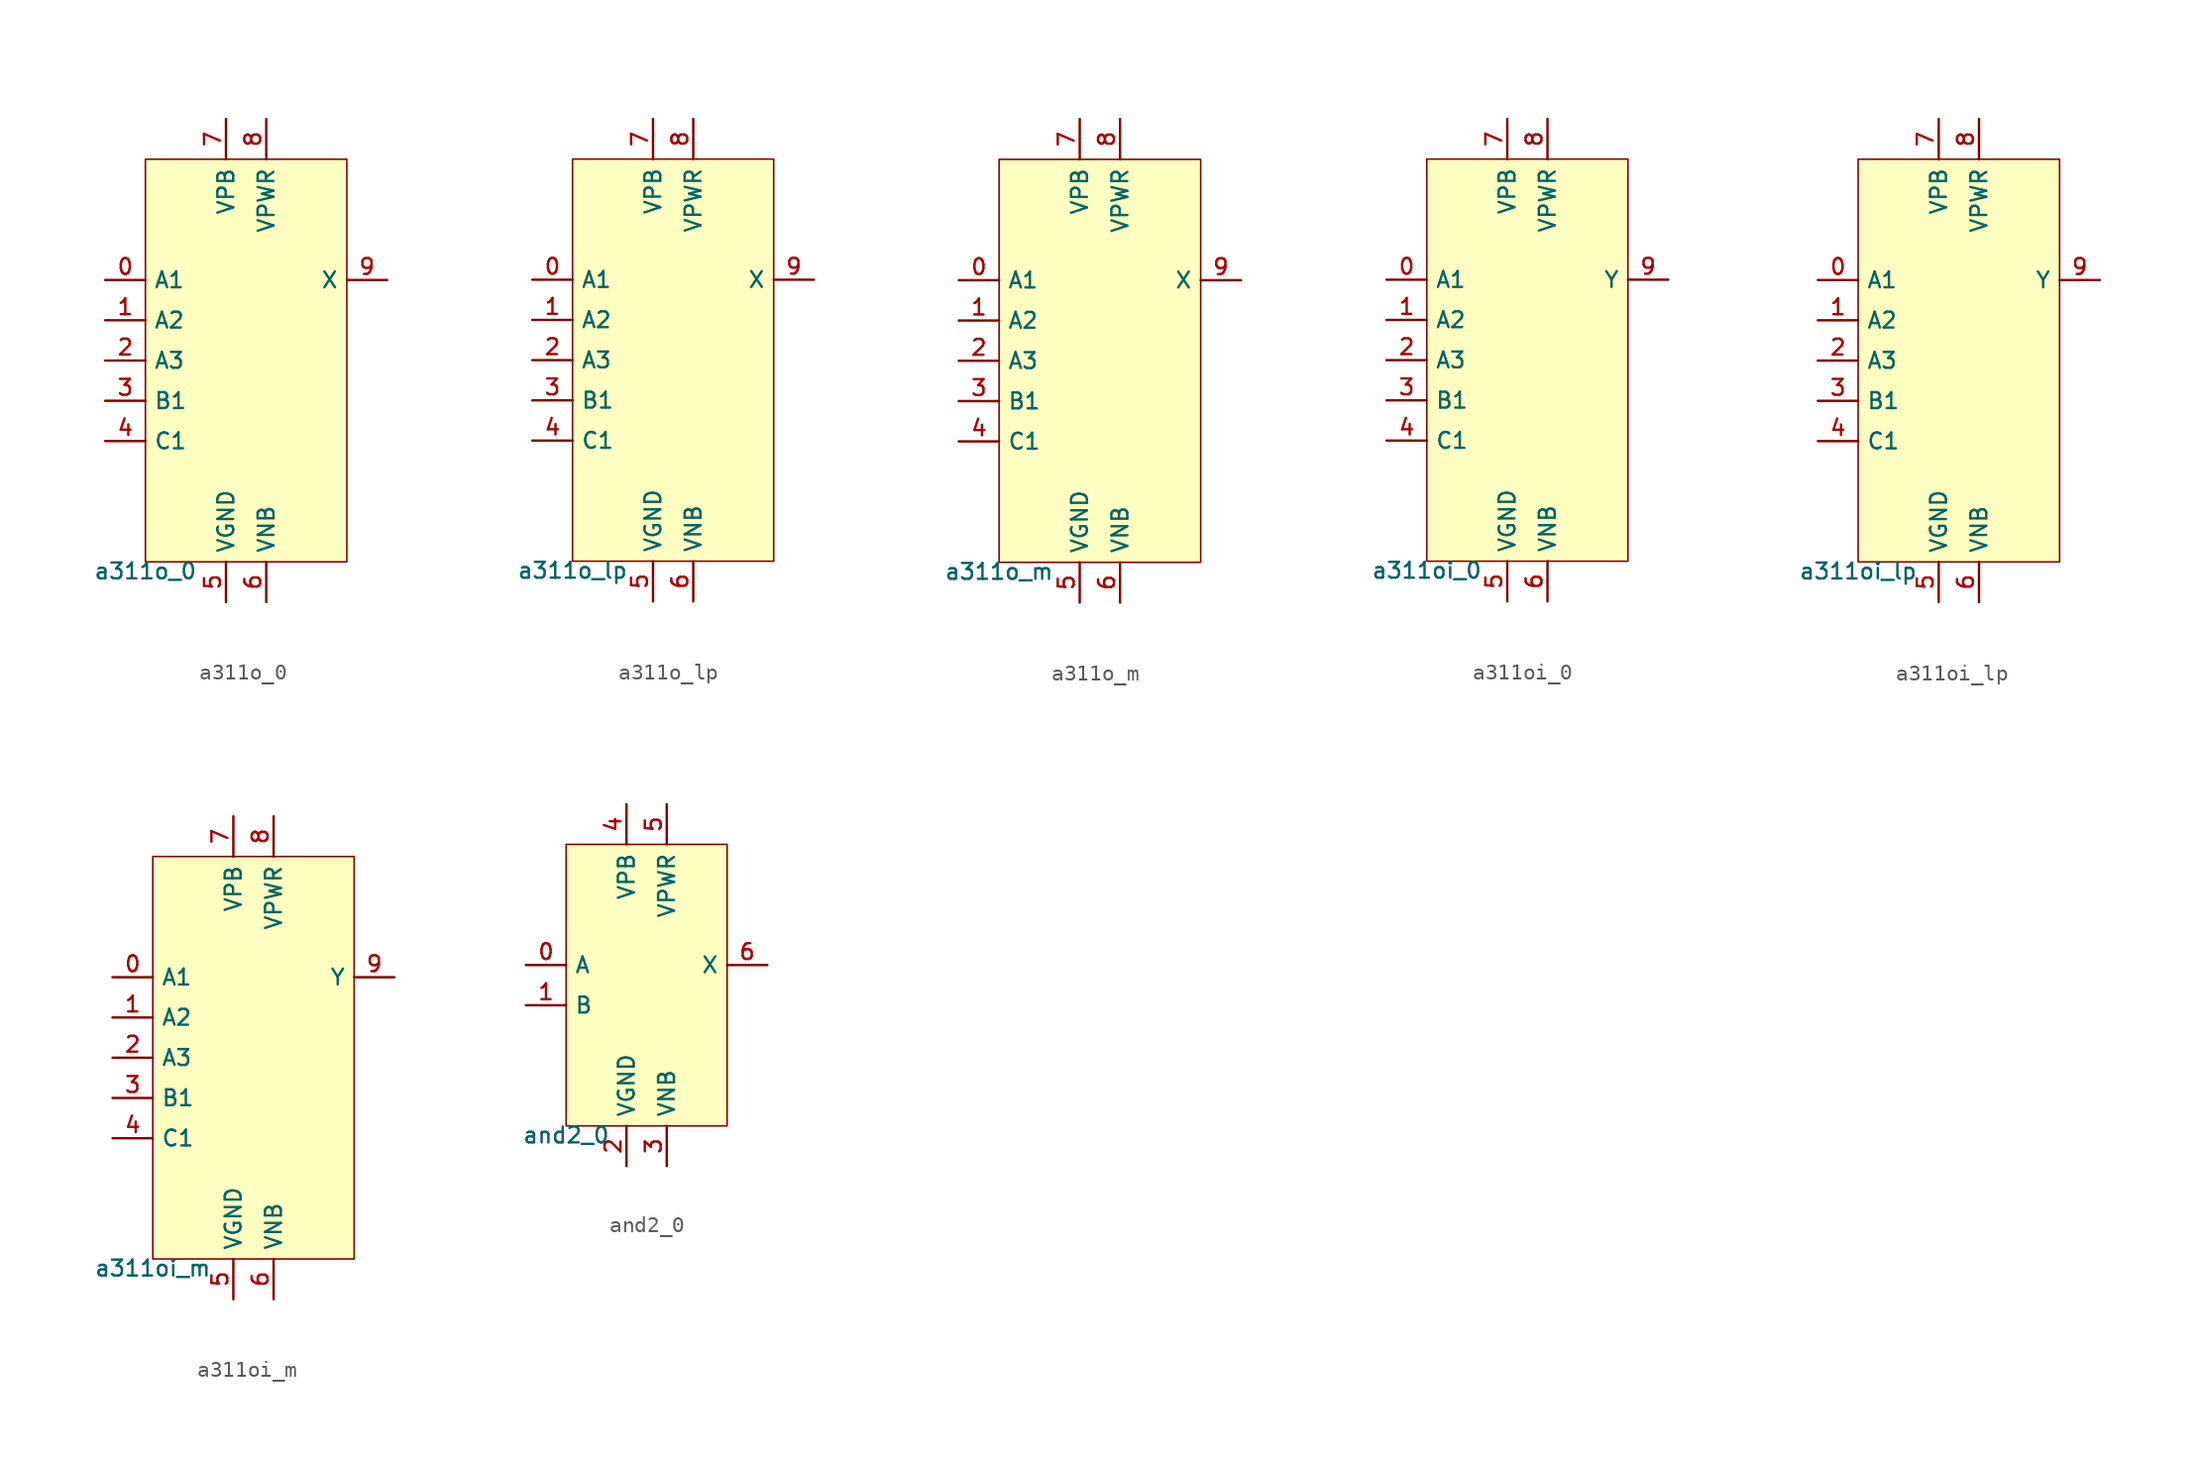
<source format=kicad_sym>
(kicad_symbol_lib
  (version 20211014)
  (generator pdk2kicad)
  (symbol "a311o_0"
    (property "Reference" "X"
      (at 0 0 0)
      (effects (font (size 1 1)) hide))
    (property "Value" "a311o_0"
      (at -6.35 -12.7 0)
      (effects (font (size 1 1)) (justify top)))
    (rectangle
      (start -6.35 -12.7)
      (end 6.35 12.7)
      (stroke (width 0.1) (type solid) (color 0 0 0 0))
      (fill (type background)))
    (pin input line
      (at -8.89 5.08 0)
      (length 2.54)
      (name "A1" (effects (font (size 1 1)) hide))
      (number "0" (effects (font (size 1 1)) hide)))
    (pin input line
      (at -8.89 2.54 0)
      (length 2.54)
      (name "A2" (effects (font (size 1 1)) hide))
      (number "1" (effects (font (size 1 1)) hide)))
    (pin input line
      (at -8.89 -8.881784197001252e-16 0)
      (length 2.54)
      (name "A3" (effects (font (size 1 1)) hide))
      (number "2" (effects (font (size 1 1)) hide)))
    (pin input line
      (at -8.89 -2.54 0)
      (length 2.54)
      (name "B1" (effects (font (size 1 1)) hide))
      (number "3" (effects (font (size 1 1)) hide)))
    (pin input line
      (at -8.89 -5.08 0)
      (length 2.54)
      (name "C1" (effects (font (size 1 1)) hide))
      (number "4" (effects (font (size 1 1)) hide)))
    (pin power_in line
      (at -1.27 -15.24 90)
      (length 2.54)
      (name "VGND" (effects (font (size 1 1)) hide))
      (number "5" (effects (font (size 1 1)) hide)))
    (pin power_in line
      (at 1.27 -15.24 90)
      (length 2.54)
      (name "VNB" (effects (font (size 1 1)) hide))
      (number "6" (effects (font (size 1 1)) hide)))
    (pin power_in line
      (at -1.27 15.24 270)
      (length 2.54)
      (name "VPB" (effects (font (size 1 1)) hide))
      (number "7" (effects (font (size 1 1)) hide)))
    (pin power_in line
      (at 1.27 15.24 270)
      (length 2.54)
      (name "VPWR" (effects (font (size 1 1)) hide))
      (number "8" (effects (font (size 1 1)) hide)))
    (pin output line
      (at 8.89 5.08 180)
      (length 2.54)
      (name "X" (effects (font (size 1 1)) hide))
      (number "9" (effects (font (size 1 1)) hide))))
  (symbol "a311o_lp"
    (property "Reference" "X"
      (at 0 0 0)
      (effects (font (size 1 1)) hide))
    (property "Value" "a311o_lp"
      (at -6.35 -12.7 0)
      (effects (font (size 1 1)) (justify top)))
    (rectangle
      (start -6.35 -12.7)
      (end 6.35 12.7)
      (stroke (width 0.1) (type solid) (color 0 0 0 0))
      (fill (type background)))
    (pin input line
      (at -8.89 5.08 0)
      (length 2.54)
      (name "A1" (effects (font (size 1 1)) hide))
      (number "0" (effects (font (size 1 1)) hide)))
    (pin input line
      (at -8.89 2.54 0)
      (length 2.54)
      (name "A2" (effects (font (size 1 1)) hide))
      (number "1" (effects (font (size 1 1)) hide)))
    (pin input line
      (at -8.89 -8.881784197001252e-16 0)
      (length 2.54)
      (name "A3" (effects (font (size 1 1)) hide))
      (number "2" (effects (font (size 1 1)) hide)))
    (pin input line
      (at -8.89 -2.54 0)
      (length 2.54)
      (name "B1" (effects (font (size 1 1)) hide))
      (number "3" (effects (font (size 1 1)) hide)))
    (pin input line
      (at -8.89 -5.08 0)
      (length 2.54)
      (name "C1" (effects (font (size 1 1)) hide))
      (number "4" (effects (font (size 1 1)) hide)))
    (pin power_in line
      (at -1.27 -15.24 90)
      (length 2.54)
      (name "VGND" (effects (font (size 1 1)) hide))
      (number "5" (effects (font (size 1 1)) hide)))
    (pin power_in line
      (at 1.27 -15.24 90)
      (length 2.54)
      (name "VNB" (effects (font (size 1 1)) hide))
      (number "6" (effects (font (size 1 1)) hide)))
    (pin power_in line
      (at -1.27 15.24 270)
      (length 2.54)
      (name "VPB" (effects (font (size 1 1)) hide))
      (number "7" (effects (font (size 1 1)) hide)))
    (pin power_in line
      (at 1.27 15.24 270)
      (length 2.54)
      (name "VPWR" (effects (font (size 1 1)) hide))
      (number "8" (effects (font (size 1 1)) hide)))
    (pin output line
      (at 8.89 5.08 180)
      (length 2.54)
      (name "X" (effects (font (size 1 1)) hide))
      (number "9" (effects (font (size 1 1)) hide))))
  (symbol "a311o_m"
    (property "Reference" "X"
      (at 0 0 0)
      (effects (font (size 1 1)) hide))
    (property "Value" "a311o_m"
      (at -6.35 -12.7 0)
      (effects (font (size 1 1)) (justify top)))
    (rectangle
      (start -6.35 -12.7)
      (end 6.35 12.7)
      (stroke (width 0.1) (type solid) (color 0 0 0 0))
      (fill (type background)))
    (pin input line
      (at -8.89 5.08 0)
      (length 2.54)
      (name "A1" (effects (font (size 1 1)) hide))
      (number "0" (effects (font (size 1 1)) hide)))
    (pin input line
      (at -8.89 2.54 0)
      (length 2.54)
      (name "A2" (effects (font (size 1 1)) hide))
      (number "1" (effects (font (size 1 1)) hide)))
    (pin input line
      (at -8.89 -8.881784197001252e-16 0)
      (length 2.54)
      (name "A3" (effects (font (size 1 1)) hide))
      (number "2" (effects (font (size 1 1)) hide)))
    (pin input line
      (at -8.89 -2.54 0)
      (length 2.54)
      (name "B1" (effects (font (size 1 1)) hide))
      (number "3" (effects (font (size 1 1)) hide)))
    (pin input line
      (at -8.89 -5.08 0)
      (length 2.54)
      (name "C1" (effects (font (size 1 1)) hide))
      (number "4" (effects (font (size 1 1)) hide)))
    (pin power_in line
      (at -1.27 -15.24 90)
      (length 2.54)
      (name "VGND" (effects (font (size 1 1)) hide))
      (number "5" (effects (font (size 1 1)) hide)))
    (pin power_in line
      (at 1.27 -15.24 90)
      (length 2.54)
      (name "VNB" (effects (font (size 1 1)) hide))
      (number "6" (effects (font (size 1 1)) hide)))
    (pin power_in line
      (at -1.27 15.24 270)
      (length 2.54)
      (name "VPB" (effects (font (size 1 1)) hide))
      (number "7" (effects (font (size 1 1)) hide)))
    (pin power_in line
      (at 1.27 15.24 270)
      (length 2.54)
      (name "VPWR" (effects (font (size 1 1)) hide))
      (number "8" (effects (font (size 1 1)) hide)))
    (pin output line
      (at 8.89 5.08 180)
      (length 2.54)
      (name "X" (effects (font (size 1 1)) hide))
      (number "9" (effects (font (size 1 1)) hide))))
  (symbol "a311oi_0"
    (property "Reference" "X"
      (at 0 0 0)
      (effects (font (size 1 1)) hide))
    (property "Value" "a311oi_0"
      (at -6.35 -12.7 0)
      (effects (font (size 1 1)) (justify top)))
    (rectangle
      (start -6.35 -12.7)
      (end 6.35 12.7)
      (stroke (width 0.1) (type solid) (color 0 0 0 0))
      (fill (type background)))
    (pin input line
      (at -8.89 5.08 0)
      (length 2.54)
      (name "A1" (effects (font (size 1 1)) hide))
      (number "0" (effects (font (size 1 1)) hide)))
    (pin input line
      (at -8.89 2.54 0)
      (length 2.54)
      (name "A2" (effects (font (size 1 1)) hide))
      (number "1" (effects (font (size 1 1)) hide)))
    (pin input line
      (at -8.89 -8.881784197001252e-16 0)
      (length 2.54)
      (name "A3" (effects (font (size 1 1)) hide))
      (number "2" (effects (font (size 1 1)) hide)))
    (pin input line
      (at -8.89 -2.54 0)
      (length 2.54)
      (name "B1" (effects (font (size 1 1)) hide))
      (number "3" (effects (font (size 1 1)) hide)))
    (pin input line
      (at -8.89 -5.08 0)
      (length 2.54)
      (name "C1" (effects (font (size 1 1)) hide))
      (number "4" (effects (font (size 1 1)) hide)))
    (pin power_in line
      (at -1.27 -15.24 90)
      (length 2.54)
      (name "VGND" (effects (font (size 1 1)) hide))
      (number "5" (effects (font (size 1 1)) hide)))
    (pin power_in line
      (at 1.27 -15.24 90)
      (length 2.54)
      (name "VNB" (effects (font (size 1 1)) hide))
      (number "6" (effects (font (size 1 1)) hide)))
    (pin power_in line
      (at -1.27 15.24 270)
      (length 2.54)
      (name "VPB" (effects (font (size 1 1)) hide))
      (number "7" (effects (font (size 1 1)) hide)))
    (pin power_in line
      (at 1.27 15.24 270)
      (length 2.54)
      (name "VPWR" (effects (font (size 1 1)) hide))
      (number "8" (effects (font (size 1 1)) hide)))
    (pin output line
      (at 8.89 5.08 180)
      (length 2.54)
      (name "Y" (effects (font (size 1 1)) hide))
      (number "9" (effects (font (size 1 1)) hide))))
  (symbol "a311oi_lp"
    (property "Reference" "X"
      (at 0 0 0)
      (effects (font (size 1 1)) hide))
    (property "Value" "a311oi_lp"
      (at -6.35 -12.7 0)
      (effects (font (size 1 1)) (justify top)))
    (rectangle
      (start -6.35 -12.7)
      (end 6.35 12.7)
      (stroke (width 0.1) (type solid) (color 0 0 0 0))
      (fill (type background)))
    (pin input line
      (at -8.89 5.08 0)
      (length 2.54)
      (name "A1" (effects (font (size 1 1)) hide))
      (number "0" (effects (font (size 1 1)) hide)))
    (pin input line
      (at -8.89 2.54 0)
      (length 2.54)
      (name "A2" (effects (font (size 1 1)) hide))
      (number "1" (effects (font (size 1 1)) hide)))
    (pin input line
      (at -8.89 -8.881784197001252e-16 0)
      (length 2.54)
      (name "A3" (effects (font (size 1 1)) hide))
      (number "2" (effects (font (size 1 1)) hide)))
    (pin input line
      (at -8.89 -2.54 0)
      (length 2.54)
      (name "B1" (effects (font (size 1 1)) hide))
      (number "3" (effects (font (size 1 1)) hide)))
    (pin input line
      (at -8.89 -5.08 0)
      (length 2.54)
      (name "C1" (effects (font (size 1 1)) hide))
      (number "4" (effects (font (size 1 1)) hide)))
    (pin power_in line
      (at -1.27 -15.24 90)
      (length 2.54)
      (name "VGND" (effects (font (size 1 1)) hide))
      (number "5" (effects (font (size 1 1)) hide)))
    (pin power_in line
      (at 1.27 -15.24 90)
      (length 2.54)
      (name "VNB" (effects (font (size 1 1)) hide))
      (number "6" (effects (font (size 1 1)) hide)))
    (pin power_in line
      (at -1.27 15.24 270)
      (length 2.54)
      (name "VPB" (effects (font (size 1 1)) hide))
      (number "7" (effects (font (size 1 1)) hide)))
    (pin power_in line
      (at 1.27 15.24 270)
      (length 2.54)
      (name "VPWR" (effects (font (size 1 1)) hide))
      (number "8" (effects (font (size 1 1)) hide)))
    (pin output line
      (at 8.89 5.08 180)
      (length 2.54)
      (name "Y" (effects (font (size 1 1)) hide))
      (number "9" (effects (font (size 1 1)) hide))))
  (symbol "a311oi_m"
    (property "Reference" "X"
      (at 0 0 0)
      (effects (font (size 1 1)) hide))
    (property "Value" "a311oi_m"
      (at -6.35 -12.7 0)
      (effects (font (size 1 1)) (justify top)))
    (rectangle
      (start -6.35 -12.7)
      (end 6.35 12.7)
      (stroke (width 0.1) (type solid) (color 0 0 0 0))
      (fill (type background)))
    (pin input line
      (at -8.89 5.08 0)
      (length 2.54)
      (name "A1" (effects (font (size 1 1)) hide))
      (number "0" (effects (font (size 1 1)) hide)))
    (pin input line
      (at -8.89 2.54 0)
      (length 2.54)
      (name "A2" (effects (font (size 1 1)) hide))
      (number "1" (effects (font (size 1 1)) hide)))
    (pin input line
      (at -8.89 -8.881784197001252e-16 0)
      (length 2.54)
      (name "A3" (effects (font (size 1 1)) hide))
      (number "2" (effects (font (size 1 1)) hide)))
    (pin input line
      (at -8.89 -2.54 0)
      (length 2.54)
      (name "B1" (effects (font (size 1 1)) hide))
      (number "3" (effects (font (size 1 1)) hide)))
    (pin input line
      (at -8.89 -5.08 0)
      (length 2.54)
      (name "C1" (effects (font (size 1 1)) hide))
      (number "4" (effects (font (size 1 1)) hide)))
    (pin power_in line
      (at -1.27 -15.24 90)
      (length 2.54)
      (name "VGND" (effects (font (size 1 1)) hide))
      (number "5" (effects (font (size 1 1)) hide)))
    (pin power_in line
      (at 1.27 -15.24 90)
      (length 2.54)
      (name "VNB" (effects (font (size 1 1)) hide))
      (number "6" (effects (font (size 1 1)) hide)))
    (pin power_in line
      (at -1.27 15.24 270)
      (length 2.54)
      (name "VPB" (effects (font (size 1 1)) hide))
      (number "7" (effects (font (size 1 1)) hide)))
    (pin power_in line
      (at 1.27 15.24 270)
      (length 2.54)
      (name "VPWR" (effects (font (size 1 1)) hide))
      (number "8" (effects (font (size 1 1)) hide)))
    (pin output line
      (at 8.89 5.08 180)
      (length 2.54)
      (name "Y" (effects (font (size 1 1)) hide))
      (number "9" (effects (font (size 1 1)) hide))))
  (symbol "and2_0"
    (property "Reference" "X"
      (at 0 0 0)
      (effects (font (size 1 1)) hide))
    (property "Value" "and2_0"
      (at -5.08 -8.89 0)
      (effects (font (size 1 1)) (justify top)))
    (rectangle
      (start -5.08 -8.89)
      (end 5.08 8.89)
      (stroke (width 0.1) (type solid) (color 0 0 0 0))
      (fill (type background)))
    (pin input line
      (at -7.62 1.27 0)
      (length 2.54)
      (name "A" (effects (font (size 1 1)) hide))
      (number "0" (effects (font (size 1 1)) hide)))
    (pin input line
      (at -7.62 -1.27 0)
      (length 2.54)
      (name "B" (effects (font (size 1 1)) hide))
      (number "1" (effects (font (size 1 1)) hide)))
    (pin power_in line
      (at -1.27 -11.43 90)
      (length 2.54)
      (name "VGND" (effects (font (size 1 1)) hide))
      (number "2" (effects (font (size 1 1)) hide)))
    (pin power_in line
      (at 1.27 -11.43 90)
      (length 2.54)
      (name "VNB" (effects (font (size 1 1)) hide))
      (number "3" (effects (font (size 1 1)) hide)))
    (pin power_in line
      (at -1.27 11.43 270)
      (length 2.54)
      (name "VPB" (effects (font (size 1 1)) hide))
      (number "4" (effects (font (size 1 1)) hide)))
    (pin power_in line
      (at 1.27 11.43 270)
      (length 2.54)
      (name "VPWR" (effects (font (size 1 1)) hide))
      (number "5" (effects (font (size 1 1)) hide)))
    (pin output line
      (at 7.62 1.27 180)
      (length 2.54)
      (name "X" (effects (font (size 1 1)) hide))
      (number "6" (effects (font (size 1 1)) hide)))))
</source>
